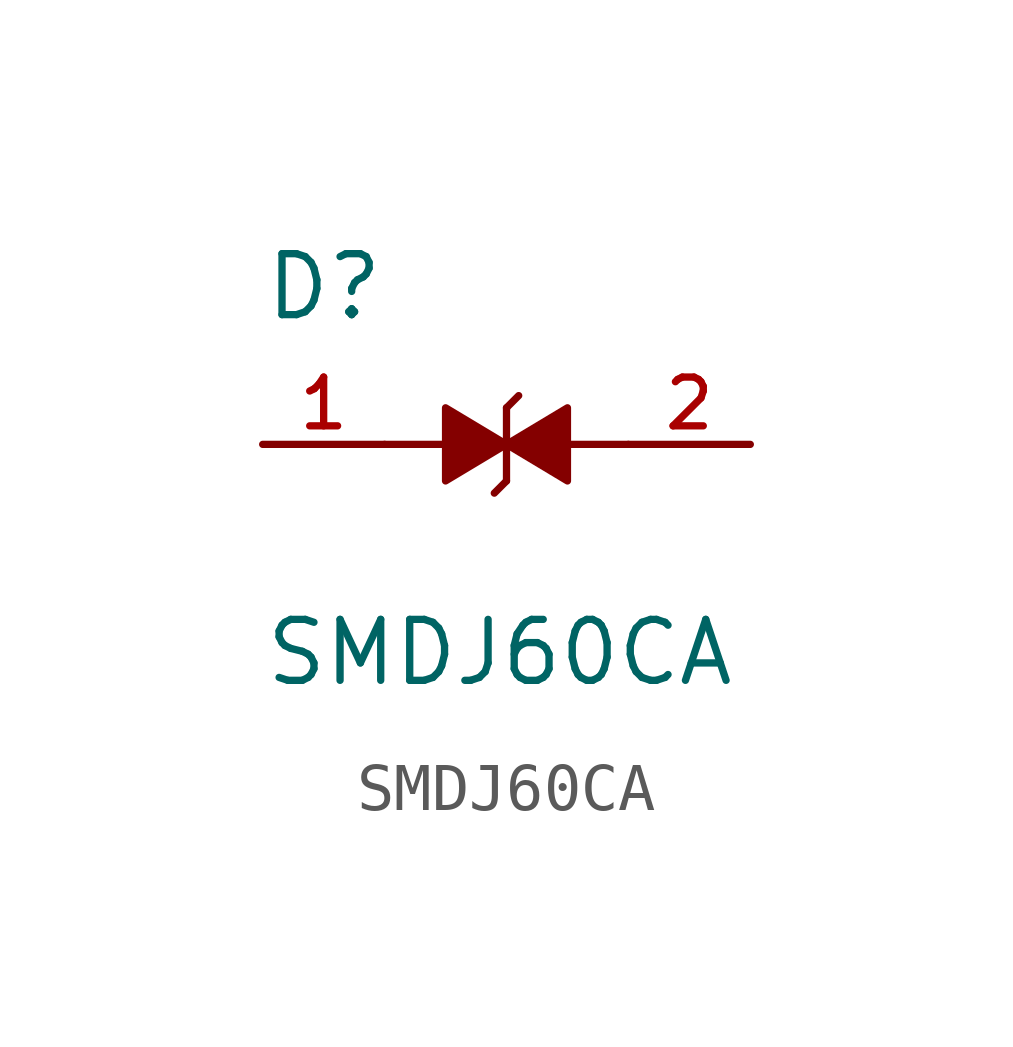
<source format=kicad_sym>
(kicad_symbol_lib
  (version 20211014)
  (generator kicad_symbol_editor)
  (symbol "SMDJ60CA"
    (pin_names
      (offset 1.016))
    (property "Reference" "D"
      (at -5.08 2.54 0)
      (effects (font (size 1.27 1.27)) (justify bottom left)))
    (property "Value" "SMDJ60CA"
      (at -5.08 -5.08 0)
      (effects (font (size 1.27 1.27)) (justify bottom left)))
    (symbol "SMDJ60CA_0_0"
      (polyline (pts (xy 0.0 0.0) (xy -1.27 -0.762) (xy -1.27 0.762) (xy 0.0 0.0)) (stroke (width 0.152)) (fill (type outline)))
      (polyline (pts (xy 0.0 -0.762) (xy 0.0 0.762)) (stroke (width 0.152)))
      (polyline (pts (xy 0.0 0.0) (xy 1.27 0.762) (xy 1.27 -0.762) (xy 0.0 0.0)) (stroke (width 0.152)) (fill (type outline)))
      (polyline (pts (xy 0.0 -0.762) (xy -0.254 -1.016)) (stroke (width 0.152)))
      (polyline (pts (xy 0.0 0.762) (xy 0.254 1.016)) (stroke (width 0.152)))
      (polyline (pts (xy 1.27 0.0) (xy 2.54 0.0)) (stroke (width 0.152)))
      (polyline (pts (xy -1.27 0.0) (xy -2.54 0.0)) (stroke (width 0.152)))
      (pin passive line (at -5.08 0.0 0) (length 2.54) (name "~" (effects (font (size 1.016 1.016)))) (number "1" (effects (font (size 1.016 1.016)))))
      (pin passive line (at 5.08 0.0 180.0) (length 2.54) (name "~" (effects (font (size 1.016 1.016)))) (number "2" (effects (font (size 1.016 1.016))))))))
</source>
